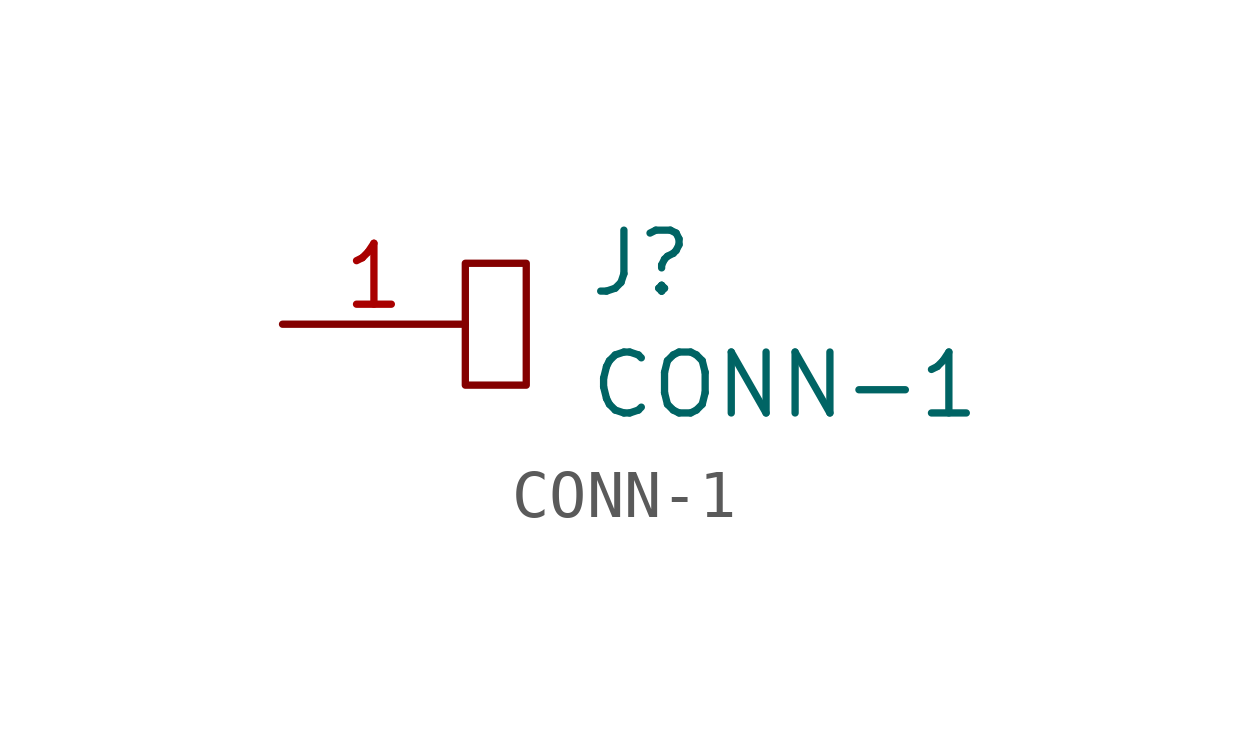
<source format=kicad_sym>
(kicad_symbol_lib
  (version 20211014)
  (generator kicad_symbol_editor)
  (symbol "CONN-1"
    (pin_names
      (offset 1.016))
    (property "Reference" "J"
      (at 6.35 1.27 0)
      (effects (font (size 1.27 1.27)) (justify left)))
    (property "Value" "CONN-1"
      (at 6.35 -1.27 0)
      (effects (font (size 1.27 1.27)) (justify left)))
    (symbol "CONN-1_0_1"
      (rectangle (start 3.81 1.27) (end 5.08 -1.27) (stroke (width 0) (type default) (color 0 0 0 0)) (fill (type none))))
    (symbol "CONN-1_1_1"
      (pin passive line (at 0 0 0) (length 3.81) (name "~" (effects (font (size 1.27 1.27)))) (number "1" (effects (font (size 1.27 1.27))))))))
</source>
